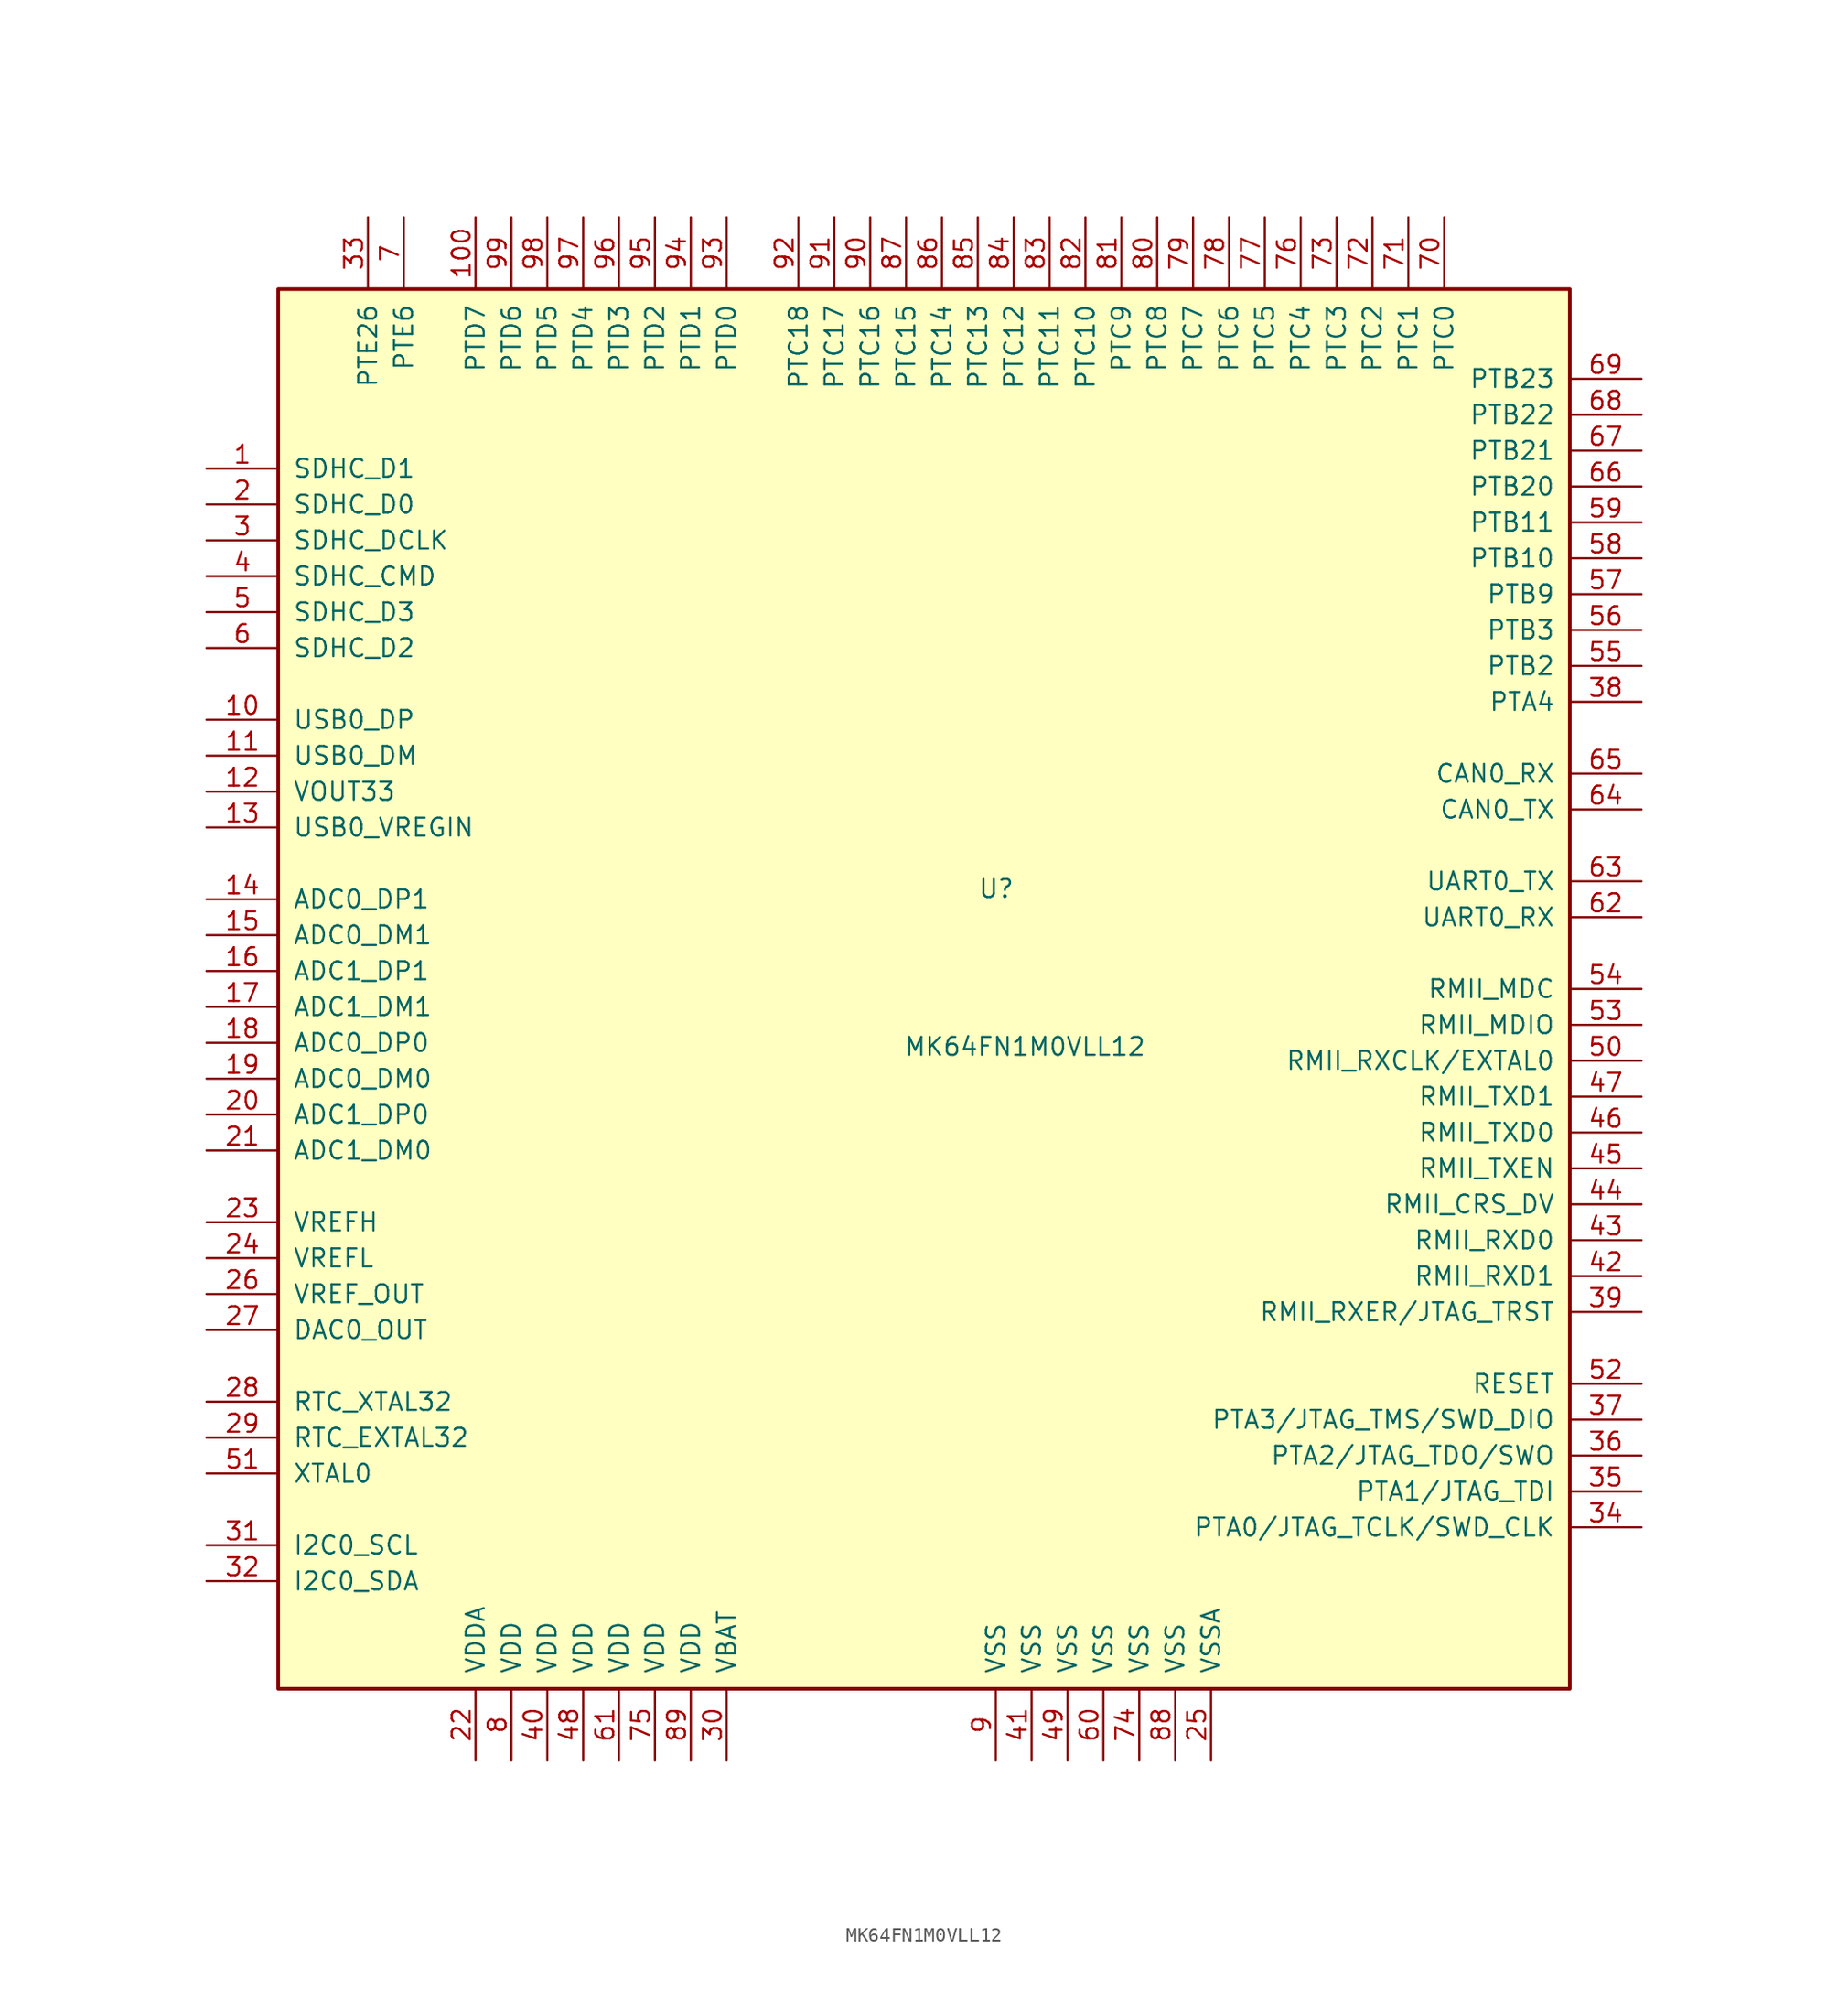
<source format=kicad_sym>
(kicad_symbol_lib
  (version 20231120)
  (generator "kicad_symbol_editor")
  (generator_version "8.0")
  (symbol "MK64FN1M0VLL12"
    (pin_names
      (offset 1.016))
    (property "Reference" "U"
      (at 1.27 3.81 0)
      (effects (font (size 1.27 1.27)) (justify left bottom)))
    (property "Value" "MK64FN1M0VLL12"
      (at 13.208 -7.366 0)
      (effects (font (size 1.27 1.27)) (justify right bottom)))
    (symbol "MK64FN1M0VLL12_0_1"
      (rectangle (start -48.26 46.99) (end 43.18 -52.07) (stroke (width 0.254) (type default)) (fill (type background)))
      (pin power_in line (at 17.78 -57.15 90) (length 5.08) (name "VSSA" (effects (font (size 1.27 1.27)))) (number "25" (effects (font (size 1.27 1.27)))))
      (pin power_in line (at -29.21 -57.15 90) (length 5.08) (name "VDD" (effects (font (size 1.27 1.27)))) (number "40" (effects (font (size 1.27 1.27)))))
      (pin power_out line (at 5.08 -57.15 90) (length 5.08) (name "VSS" (effects (font (size 1.27 1.27)))) (number "41" (effects (font (size 1.27 1.27)))))
      (pin power_in line (at -26.67 -57.15 90) (length 5.08) (name "VDD" (effects (font (size 1.27 1.27)))) (number "48" (effects (font (size 1.27 1.27)))))
      (pin power_out line (at 7.62 -57.15 90) (length 5.08) (name "VSS" (effects (font (size 1.27 1.27)))) (number "49" (effects (font (size 1.27 1.27)))))
      (pin power_out line (at 10.16 -57.15 90) (length 5.08) (name "VSS" (effects (font (size 1.27 1.27)))) (number "60" (effects (font (size 1.27 1.27)))))
      (pin power_in line (at -24.13 -57.15 90) (length 5.08) (name "VDD" (effects (font (size 1.27 1.27)))) (number "61" (effects (font (size 1.27 1.27)))))
      (pin power_out line (at 12.7 -57.15 90) (length 5.08) (name "VSS" (effects (font (size 1.27 1.27)))) (number "74" (effects (font (size 1.27 1.27)))))
      (pin power_in line (at -31.75 -57.15 90) (length 5.08) (name "VDD" (effects (font (size 1.27 1.27)))) (number "8" (effects (font (size 1.27 1.27)))))
      (pin power_out line (at 15.24 -57.15 90) (length 5.08) (name "VSS" (effects (font (size 1.27 1.27)))) (number "88" (effects (font (size 1.27 1.27)))))
      (pin power_out line (at 2.54 -57.15 90) (length 5.08) (name "VSS" (effects (font (size 1.27 1.27)))) (number "9" (effects (font (size 1.27 1.27))))))
    (symbol "MK64FN1M0VLL12_1_1"
      (pin bidirectional line (at -53.34 34.29 0) (length 5.08) (name "SDHC_D1" (effects (font (size 1.27 1.27)))) (number "1" (effects (font (size 1.27 1.27)))))
      (pin bidirectional line (at -53.34 16.51 0) (length 5.08) (name "USB0_DP" (effects (font (size 1.27 1.27)))) (number "10" (effects (font (size 1.27 1.27)))))
      (pin passive line (at -34.29 52.07 270) (length 5.08) (name "PTD7" (effects (font (size 1.27 1.27)))) (number "100" (effects (font (size 1.27 1.27)))))
      (pin bidirectional line (at -53.34 13.97 0) (length 5.08) (name "USB0_DM" (effects (font (size 1.27 1.27)))) (number "11" (effects (font (size 1.27 1.27)))))
      (pin power_out line (at -53.34 11.43 0) (length 5.08) (name "VOUT33" (effects (font (size 1.27 1.27)))) (number "12" (effects (font (size 1.27 1.27)))))
      (pin power_in line (at -53.34 8.89 0) (length 5.08) (name "USB0_VREGIN" (effects (font (size 1.27 1.27)))) (number "13" (effects (font (size 1.27 1.27)))))
      (pin passive line (at -53.34 3.81 0) (length 5.08) (name "ADC0_DP1" (effects (font (size 1.27 1.27)))) (number "14" (effects (font (size 1.27 1.27)))))
      (pin passive line (at -53.34 1.27 0) (length 5.08) (name "ADC0_DM1" (effects (font (size 1.27 1.27)))) (number "15" (effects (font (size 1.27 1.27)))))
      (pin passive line (at -53.34 -1.27 0) (length 5.08) (name "ADC1_DP1" (effects (font (size 1.27 1.27)))) (number "16" (effects (font (size 1.27 1.27)))))
      (pin passive line (at -53.34 -3.81 0) (length 5.08) (name "ADC1_DM1" (effects (font (size 1.27 1.27)))) (number "17" (effects (font (size 1.27 1.27)))))
      (pin passive line (at -53.34 -6.35 0) (length 5.08) (name "ADC0_DP0" (effects (font (size 1.27 1.27)))) (number "18" (effects (font (size 1.27 1.27)))))
      (pin passive line (at -53.34 -8.89 0) (length 5.08) (name "ADC0_DM0" (effects (font (size 1.27 1.27)))) (number "19" (effects (font (size 1.27 1.27)))))
      (pin bidirectional line (at -53.34 31.75 0) (length 5.08) (name "SDHC_D0" (effects (font (size 1.27 1.27)))) (number "2" (effects (font (size 1.27 1.27)))))
      (pin passive line (at -53.34 -11.43 0) (length 5.08) (name "ADC1_DP0" (effects (font (size 1.27 1.27)))) (number "20" (effects (font (size 1.27 1.27)))))
      (pin passive line (at -53.34 -13.97 0) (length 5.08) (name "ADC1_DM0" (effects (font (size 1.27 1.27)))) (number "21" (effects (font (size 1.27 1.27)))))
      (pin power_in line (at -34.29 -57.15 90) (length 5.08) (name "VDDA" (effects (font (size 1.27 1.27)))) (number "22" (effects (font (size 1.27 1.27)))))
      (pin power_out line (at -53.34 -19.05 0) (length 5.08) (name "VREFH" (effects (font (size 1.27 1.27)))) (number "23" (effects (font (size 1.27 1.27)))))
      (pin power_in line (at -53.34 -21.59 0) (length 5.08) (name "VREFL" (effects (font (size 1.27 1.27)))) (number "24" (effects (font (size 1.27 1.27)))))
      (pin power_in line (at -53.34 -24.13 0) (length 5.08) (name "VREF_OUT" (effects (font (size 1.27 1.27)))) (number "26" (effects (font (size 1.27 1.27)))))
      (pin power_in line (at -53.34 -26.67 0) (length 5.08) (name "DAC0_OUT" (effects (font (size 1.27 1.27)))) (number "27" (effects (font (size 1.27 1.27)))))
      (pin bidirectional line (at -53.34 -31.75 0) (length 5.08) (name "RTC_XTAL32" (effects (font (size 1.27 1.27)))) (number "28" (effects (font (size 1.27 1.27)))))
      (pin bidirectional line (at -53.34 -34.29 0) (length 5.08) (name "RTC_EXTAL32" (effects (font (size 1.27 1.27)))) (number "29" (effects (font (size 1.27 1.27)))))
      (pin bidirectional line (at -53.34 29.21 0) (length 5.08) (name "SDHC_DCLK" (effects (font (size 1.27 1.27)))) (number "3" (effects (font (size 1.27 1.27)))))
      (pin power_in line (at -16.51 -57.15 90) (length 5.08) (name "VBAT" (effects (font (size 1.27 1.27)))) (number "30" (effects (font (size 1.27 1.27)))))
      (pin bidirectional line (at -53.34 -41.91 0) (length 5.08) (name "I2C0_SCL" (effects (font (size 1.27 1.27)))) (number "31" (effects (font (size 1.27 1.27)))))
      (pin bidirectional line (at -53.34 -44.45 0) (length 5.08) (name "I2C0_SDA" (effects (font (size 1.27 1.27)))) (number "32" (effects (font (size 1.27 1.27)))))
      (pin passive line (at -41.91 52.07 270) (length 5.08) (name "PTE26" (effects (font (size 1.27 1.27)))) (number "33" (effects (font (size 1.27 1.27)))))
      (pin bidirectional line (at 48.26 -40.64 180) (length 5.08) (name "PTA0/JTAG_TCLK/SWD_CLK" (effects (font (size 1.27 1.27)))) (number "34" (effects (font (size 1.27 1.27)))))
      (pin bidirectional line (at 48.26 -38.1 180) (length 5.08) (name "PTA1/JTAG_TDI" (effects (font (size 1.27 1.27)))) (number "35" (effects (font (size 1.27 1.27)))))
      (pin bidirectional line (at 48.26 -35.56 180) (length 5.08) (name "PTA2/JTAG_TDO/SWO" (effects (font (size 1.27 1.27)))) (number "36" (effects (font (size 1.27 1.27)))))
      (pin bidirectional line (at 48.26 -33.02 180) (length 5.08) (name "PTA3/JTAG_TMS/SWD_DIO" (effects (font (size 1.27 1.27)))) (number "37" (effects (font (size 1.27 1.27)))))
      (pin passive line (at 48.26 17.78 180) (length 5.08) (name "PTA4" (effects (font (size 1.27 1.27)))) (number "38" (effects (font (size 1.27 1.27)))))
      (pin bidirectional line (at 48.26 -25.4 180) (length 5.08) (name "RMII_RXER/JTAG_TRST" (effects (font (size 1.27 1.27)))) (number "39" (effects (font (size 1.27 1.27)))))
      (pin bidirectional line (at -53.34 26.67 0) (length 5.08) (name "SDHC_CMD" (effects (font (size 1.27 1.27)))) (number "4" (effects (font (size 1.27 1.27)))))
      (pin bidirectional line (at 48.26 -22.86 180) (length 5.08) (name "RMII_RXD1" (effects (font (size 1.27 1.27)))) (number "42" (effects (font (size 1.27 1.27)))))
      (pin bidirectional line (at 48.26 -20.32 180) (length 5.08) (name "RMII_RXD0" (effects (font (size 1.27 1.27)))) (number "43" (effects (font (size 1.27 1.27)))))
      (pin bidirectional line (at 48.26 -17.78 180) (length 5.08) (name "RMII_CRS_DV" (effects (font (size 1.27 1.27)))) (number "44" (effects (font (size 1.27 1.27)))))
      (pin bidirectional line (at 48.26 -15.24 180) (length 5.08) (name "RMII_TXEN" (effects (font (size 1.27 1.27)))) (number "45" (effects (font (size 1.27 1.27)))))
      (pin bidirectional line (at 48.26 -12.7 180) (length 5.08) (name "RMII_TXD0" (effects (font (size 1.27 1.27)))) (number "46" (effects (font (size 1.27 1.27)))))
      (pin bidirectional line (at 48.26 -10.16 180) (length 5.08) (name "RMII_TXD1" (effects (font (size 1.27 1.27)))) (number "47" (effects (font (size 1.27 1.27)))))
      (pin bidirectional line (at -53.34 24.13 0) (length 5.08) (name "SDHC_D3" (effects (font (size 1.27 1.27)))) (number "5" (effects (font (size 1.27 1.27)))))
      (pin bidirectional line (at 48.26 -7.62 180) (length 5.08) (name "RMII_RXCLK/EXTAL0" (effects (font (size 1.27 1.27)))) (number "50" (effects (font (size 1.27 1.27)))))
      (pin bidirectional line (at -53.34 -36.83 0) (length 5.08) (name "XTAL0" (effects (font (size 1.27 1.27)))) (number "51" (effects (font (size 1.27 1.27)))))
      (pin input line (at 48.26 -30.48 180) (length 5.08) (name "RESET" (effects (font (size 1.27 1.27)))) (number "52" (effects (font (size 1.27 1.27)))))
      (pin bidirectional line (at 48.26 -5.08 180) (length 5.08) (name "RMII_MDIO" (effects (font (size 1.27 1.27)))) (number "53" (effects (font (size 1.27 1.27)))))
      (pin bidirectional line (at 48.26 -2.54 180) (length 5.08) (name "RMII_MDC" (effects (font (size 1.27 1.27)))) (number "54" (effects (font (size 1.27 1.27)))))
      (pin passive line (at 48.26 20.32 180) (length 5.08) (name "PTB2" (effects (font (size 1.27 1.27)))) (number "55" (effects (font (size 1.27 1.27)))))
      (pin passive line (at 48.26 22.86 180) (length 5.08) (name "PTB3" (effects (font (size 1.27 1.27)))) (number "56" (effects (font (size 1.27 1.27)))))
      (pin passive line (at 48.26 25.4 180) (length 5.08) (name "PTB9" (effects (font (size 1.27 1.27)))) (number "57" (effects (font (size 1.27 1.27)))))
      (pin passive line (at 48.26 27.94 180) (length 5.08) (name "PTB10" (effects (font (size 1.27 1.27)))) (number "58" (effects (font (size 1.27 1.27)))))
      (pin passive line (at 48.26 30.48 180) (length 5.08) (name "PTB11" (effects (font (size 1.27 1.27)))) (number "59" (effects (font (size 1.27 1.27)))))
      (pin bidirectional line (at -53.34 21.59 0) (length 5.08) (name "SDHC_D2" (effects (font (size 1.27 1.27)))) (number "6" (effects (font (size 1.27 1.27)))))
      (pin bidirectional line (at 48.26 2.54 180) (length 5.08) (name "UART0_RX" (effects (font (size 1.27 1.27)))) (number "62" (effects (font (size 1.27 1.27)))))
      (pin bidirectional line (at 48.26 5.08 180) (length 5.08) (name "UART0_TX" (effects (font (size 1.27 1.27)))) (number "63" (effects (font (size 1.27 1.27)))))
      (pin bidirectional line (at 48.26 10.16 180) (length 5.08) (name "CAN0_TX" (effects (font (size 1.27 1.27)))) (number "64" (effects (font (size 1.27 1.27)))))
      (pin bidirectional line (at 48.26 12.7 180) (length 5.08) (name "CAN0_RX" (effects (font (size 1.27 1.27)))) (number "65" (effects (font (size 1.27 1.27)))))
      (pin passive line (at 48.26 33.02 180) (length 5.08) (name "PTB20" (effects (font (size 1.27 1.27)))) (number "66" (effects (font (size 1.27 1.27)))))
      (pin passive line (at 48.26 35.56 180) (length 5.08) (name "PTB21" (effects (font (size 1.27 1.27)))) (number "67" (effects (font (size 1.27 1.27)))))
      (pin passive line (at 48.26 38.1 180) (length 5.08) (name "PTB22" (effects (font (size 1.27 1.27)))) (number "68" (effects (font (size 1.27 1.27)))))
      (pin passive line (at 48.26 40.64 180) (length 5.08) (name "PTB23" (effects (font (size 1.27 1.27)))) (number "69" (effects (font (size 1.27 1.27)))))
      (pin passive line (at -39.37 52.07 270) (length 5.08) (name "PTE6" (effects (font (size 1.27 1.27)))) (number "7" (effects (font (size 1.27 1.27)))))
      (pin passive line (at 34.29 52.07 270) (length 5.08) (name "PTC0" (effects (font (size 1.27 1.27)))) (number "70" (effects (font (size 1.27 1.27)))))
      (pin passive line (at 31.75 52.07 270) (length 5.08) (name "PTC1" (effects (font (size 1.27 1.27)))) (number "71" (effects (font (size 1.27 1.27)))))
      (pin passive line (at 29.21 52.07 270) (length 5.08) (name "PTC2" (effects (font (size 1.27 1.27)))) (number "72" (effects (font (size 1.27 1.27)))))
      (pin passive line (at 26.67 52.07 270) (length 5.08) (name "PTC3" (effects (font (size 1.27 1.27)))) (number "73" (effects (font (size 1.27 1.27)))))
      (pin power_in line (at -21.59 -57.15 90) (length 5.08) (name "VDD" (effects (font (size 1.27 1.27)))) (number "75" (effects (font (size 1.27 1.27)))))
      (pin passive line (at 24.13 52.07 270) (length 5.08) (name "PTC4" (effects (font (size 1.27 1.27)))) (number "76" (effects (font (size 1.27 1.27)))))
      (pin passive line (at 21.59 52.07 270) (length 5.08) (name "PTC5" (effects (font (size 1.27 1.27)))) (number "77" (effects (font (size 1.27 1.27)))))
      (pin passive line (at 19.05 52.07 270) (length 5.08) (name "PTC6" (effects (font (size 1.27 1.27)))) (number "78" (effects (font (size 1.27 1.27)))))
      (pin passive line (at 16.51 52.07 270) (length 5.08) (name "PTC7" (effects (font (size 1.27 1.27)))) (number "79" (effects (font (size 1.27 1.27)))))
      (pin passive line (at 13.97 52.07 270) (length 5.08) (name "PTC8" (effects (font (size 1.27 1.27)))) (number "80" (effects (font (size 1.27 1.27)))))
      (pin passive line (at 11.43 52.07 270) (length 5.08) (name "PTC9" (effects (font (size 1.27 1.27)))) (number "81" (effects (font (size 1.27 1.27)))))
      (pin passive line (at 8.89 52.07 270) (length 5.08) (name "PTC10" (effects (font (size 1.27 1.27)))) (number "82" (effects (font (size 1.27 1.27)))))
      (pin passive line (at 6.35 52.07 270) (length 5.08) (name "PTC11" (effects (font (size 1.27 1.27)))) (number "83" (effects (font (size 1.27 1.27)))))
      (pin passive line (at 3.81 52.07 270) (length 5.08) (name "PTC12" (effects (font (size 1.27 1.27)))) (number "84" (effects (font (size 1.27 1.27)))))
      (pin passive line (at 1.27 52.07 270) (length 5.08) (name "PTC13" (effects (font (size 1.27 1.27)))) (number "85" (effects (font (size 1.27 1.27)))))
      (pin passive line (at -1.27 52.07 270) (length 5.08) (name "PTC14" (effects (font (size 1.27 1.27)))) (number "86" (effects (font (size 1.27 1.27)))))
      (pin passive line (at -3.81 52.07 270) (length 5.08) (name "PTC15" (effects (font (size 1.27 1.27)))) (number "87" (effects (font (size 1.27 1.27)))))
      (pin power_in line (at -19.05 -57.15 90) (length 5.08) (name "VDD" (effects (font (size 1.27 1.27)))) (number "89" (effects (font (size 1.27 1.27)))))
      (pin passive line (at -6.35 52.07 270) (length 5.08) (name "PTC16" (effects (font (size 1.27 1.27)))) (number "90" (effects (font (size 1.27 1.27)))))
      (pin passive line (at -8.89 52.07 270) (length 5.08) (name "PTC17" (effects (font (size 1.27 1.27)))) (number "91" (effects (font (size 1.27 1.27)))))
      (pin passive line (at -11.43 52.07 270) (length 5.08) (name "PTC18" (effects (font (size 1.27 1.27)))) (number "92" (effects (font (size 1.27 1.27)))))
      (pin passive line (at -16.51 52.07 270) (length 5.08) (name "PTD0" (effects (font (size 1.27 1.27)))) (number "93" (effects (font (size 1.27 1.27)))))
      (pin passive line (at -19.05 52.07 270) (length 5.08) (name "PTD1" (effects (font (size 1.27 1.27)))) (number "94" (effects (font (size 1.27 1.27)))))
      (pin passive line (at -21.59 52.07 270) (length 5.08) (name "PTD2" (effects (font (size 1.27 1.27)))) (number "95" (effects (font (size 1.27 1.27)))))
      (pin passive line (at -24.13 52.07 270) (length 5.08) (name "PTD3" (effects (font (size 1.27 1.27)))) (number "96" (effects (font (size 1.27 1.27)))))
      (pin passive line (at -26.67 52.07 270) (length 5.08) (name "PTD4" (effects (font (size 1.27 1.27)))) (number "97" (effects (font (size 1.27 1.27)))))
      (pin passive line (at -29.21 52.07 270) (length 5.08) (name "PTD5" (effects (font (size 1.27 1.27)))) (number "98" (effects (font (size 1.27 1.27)))))
      (pin passive line (at -31.75 52.07 270) (length 5.08) (name "PTD6" (effects (font (size 1.27 1.27)))) (number "99" (effects (font (size 1.27 1.27))))))))
</source>
